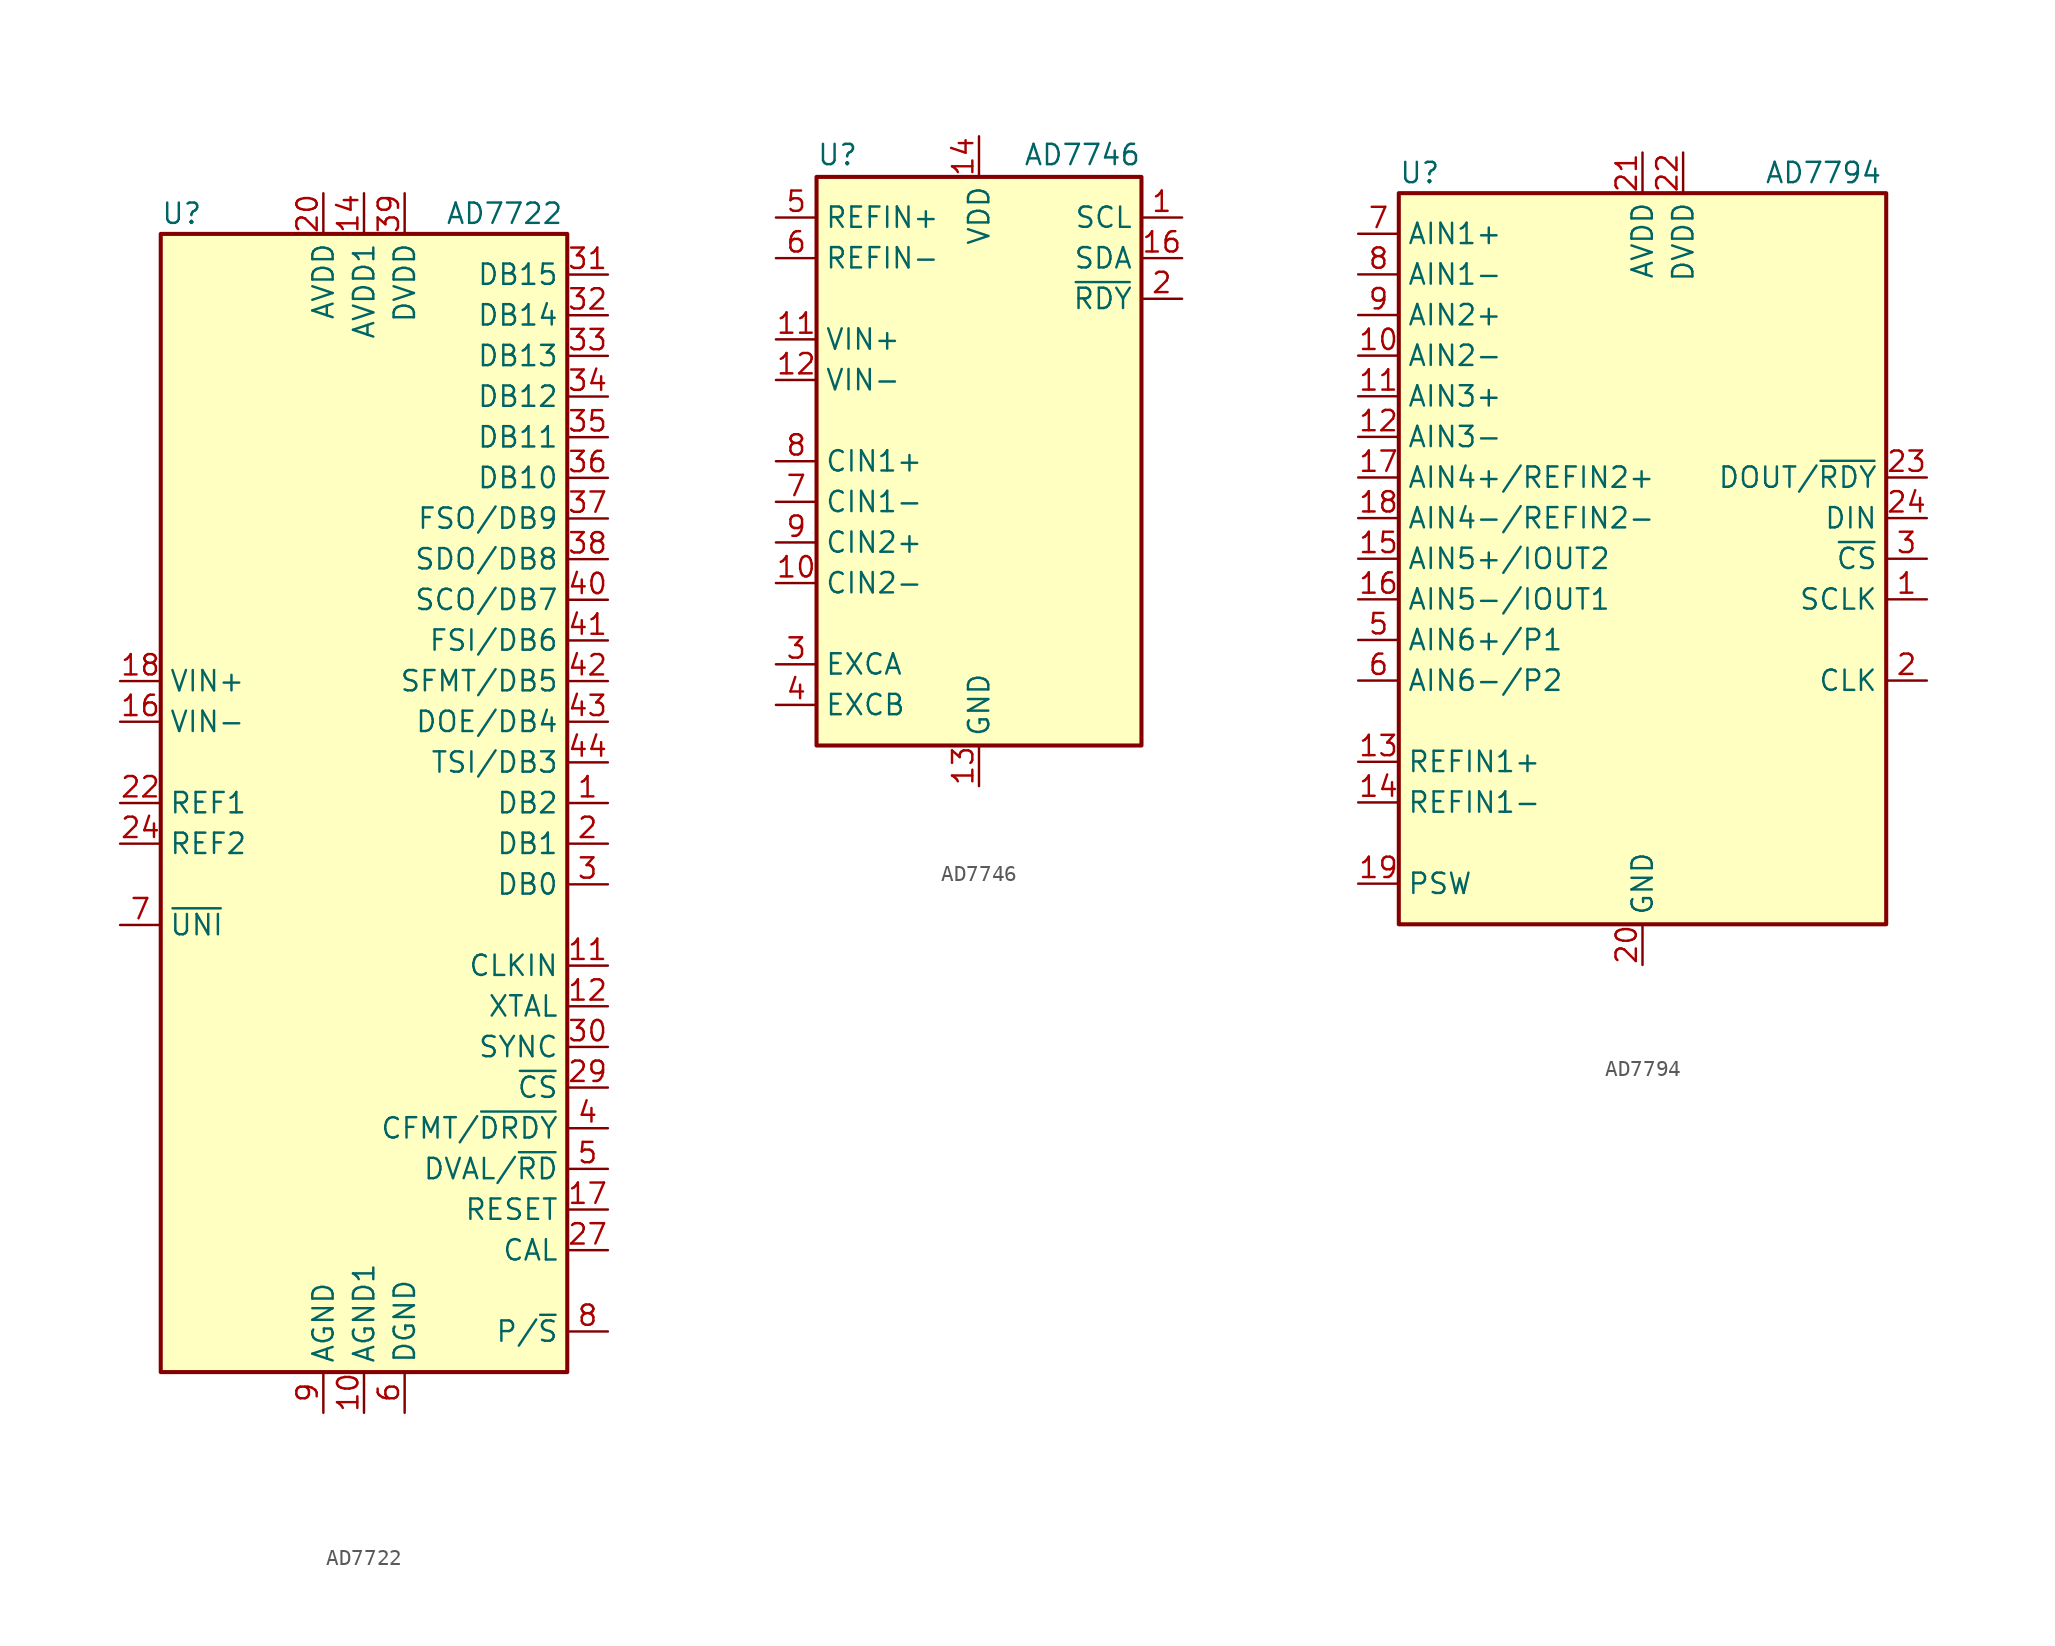
<source format=kicad_sym>
(kicad_symbol_lib
  (version 20220914)
  (generator kicad_symbol_editor)
  (symbol "AD7722"
    (property "Reference" "U"
      (at -12.7 36.83 0)
      (effects (font (size 1.27 1.27)) (justify left)))
    (property "Value" "AD7722"
      (at 5.08 36.83 0)
      (effects (font (size 1.27 1.27)) (justify left)))
    (symbol "AD7722_0_1"
      (rectangle (start -12.7 35.56) (end 12.7 -35.56) (stroke (width 0.254) (type default)) (fill (type background))))
    (symbol "AD7722_1_1"
      (pin input line (at 15.24 0 180) (length 2.54) (name "DB2" (effects (font (size 1.27 1.27)))) (number "1" (effects (font (size 1.27 1.27)))))
      (pin power_in line (at 0 -38.1 90) (length 2.54) (name "AGND1" (effects (font (size 1.27 1.27)))) (number "10" (effects (font (size 1.27 1.27)))))
      (pin input line (at 15.24 -10.16 180) (length 2.54) (name "CLKIN" (effects (font (size 1.27 1.27)))) (number "11" (effects (font (size 1.27 1.27)))))
      (pin output line (at 15.24 -12.7 180) (length 2.54) (name "XTAL" (effects (font (size 1.27 1.27)))) (number "12" (effects (font (size 1.27 1.27)))))
      (pin passive line (at -2.54 -38.1 90) (length 2.54) hide (name "AGND" (effects (font (size 1.27 1.27)))) (number "13" (effects (font (size 1.27 1.27)))))
      (pin power_in line (at 0 38.1 270) (length 2.54) (name "AVDD1" (effects (font (size 1.27 1.27)))) (number "14" (effects (font (size 1.27 1.27)))))
      (pin passive line (at -2.54 -38.1 90) (length 2.54) hide (name "AGND" (effects (font (size 1.27 1.27)))) (number "15" (effects (font (size 1.27 1.27)))))
      (pin input line (at -15.24 5.08 0) (length 2.54) (name "VIN-" (effects (font (size 1.27 1.27)))) (number "16" (effects (font (size 1.27 1.27)))))
      (pin input line (at 15.24 -25.4 180) (length 2.54) (name "RESET" (effects (font (size 1.27 1.27)))) (number "17" (effects (font (size 1.27 1.27)))))
      (pin input line (at -15.24 7.62 0) (length 2.54) (name "VIN+" (effects (font (size 1.27 1.27)))) (number "18" (effects (font (size 1.27 1.27)))))
      (pin passive line (at -2.54 -38.1 90) (length 2.54) hide (name "AGND" (effects (font (size 1.27 1.27)))) (number "19" (effects (font (size 1.27 1.27)))))
      (pin input line (at 15.24 -2.54 180) (length 2.54) (name "DB1" (effects (font (size 1.27 1.27)))) (number "2" (effects (font (size 1.27 1.27)))))
      (pin power_in line (at -2.54 38.1 270) (length 2.54) (name "AVDD" (effects (font (size 1.27 1.27)))) (number "20" (effects (font (size 1.27 1.27)))))
      (pin passive line (at -2.54 -38.1 90) (length 2.54) hide (name "AGND" (effects (font (size 1.27 1.27)))) (number "21" (effects (font (size 1.27 1.27)))))
      (pin power_out line (at -15.24 0 0) (length 2.54) (name "REF1" (effects (font (size 1.27 1.27)))) (number "22" (effects (font (size 1.27 1.27)))))
      (pin passive line (at -2.54 38.1 270) (length 2.54) hide (name "AVDD" (effects (font (size 1.27 1.27)))) (number "23" (effects (font (size 1.27 1.27)))))
      (pin power_out line (at -15.24 -2.54 0) (length 2.54) (name "REF2" (effects (font (size 1.27 1.27)))) (number "24" (effects (font (size 1.27 1.27)))))
      (pin passive line (at -2.54 -38.1 90) (length 2.54) hide (name "AGND" (effects (font (size 1.27 1.27)))) (number "25" (effects (font (size 1.27 1.27)))))
      (pin passive line (at -2.54 -38.1 90) (length 2.54) hide (name "AGND" (effects (font (size 1.27 1.27)))) (number "26" (effects (font (size 1.27 1.27)))))
      (pin input line (at 15.24 -27.94 180) (length 2.54) (name "CAL" (effects (font (size 1.27 1.27)))) (number "27" (effects (font (size 1.27 1.27)))))
      (pin passive line (at 2.54 -38.1 90) (length 2.54) hide (name "DGND" (effects (font (size 1.27 1.27)))) (number "28" (effects (font (size 1.27 1.27)))))
      (pin input line (at 15.24 -17.78 180) (length 2.54) (name "~{CS}" (effects (font (size 1.27 1.27)))) (number "29" (effects (font (size 1.27 1.27)))))
      (pin input line (at 15.24 -5.08 180) (length 2.54) (name "DB0" (effects (font (size 1.27 1.27)))) (number "3" (effects (font (size 1.27 1.27)))))
      (pin input line (at 15.24 -15.24 180) (length 2.54) (name "SYNC" (effects (font (size 1.27 1.27)))) (number "30" (effects (font (size 1.27 1.27)))))
      (pin output line (at 15.24 33.02 180) (length 2.54) (name "DB15" (effects (font (size 1.27 1.27)))) (number "31" (effects (font (size 1.27 1.27)))))
      (pin output line (at 15.24 30.48 180) (length 2.54) (name "DB14" (effects (font (size 1.27 1.27)))) (number "32" (effects (font (size 1.27 1.27)))))
      (pin output line (at 15.24 27.94 180) (length 2.54) (name "DB13" (effects (font (size 1.27 1.27)))) (number "33" (effects (font (size 1.27 1.27)))))
      (pin output line (at 15.24 25.4 180) (length 2.54) (name "DB12" (effects (font (size 1.27 1.27)))) (number "34" (effects (font (size 1.27 1.27)))))
      (pin output line (at 15.24 22.86 180) (length 2.54) (name "DB11" (effects (font (size 1.27 1.27)))) (number "35" (effects (font (size 1.27 1.27)))))
      (pin output line (at 15.24 20.32 180) (length 2.54) (name "DB10" (effects (font (size 1.27 1.27)))) (number "36" (effects (font (size 1.27 1.27)))))
      (pin output line (at 15.24 17.78 180) (length 2.54) (name "FSO/DB9" (effects (font (size 1.27 1.27)))) (number "37" (effects (font (size 1.27 1.27)))))
      (pin output line (at 15.24 15.24 180) (length 2.54) (name "SDO/DB8" (effects (font (size 1.27 1.27)))) (number "38" (effects (font (size 1.27 1.27)))))
      (pin power_in line (at 2.54 38.1 270) (length 2.54) (name "DVDD" (effects (font (size 1.27 1.27)))) (number "39" (effects (font (size 1.27 1.27)))))
      (pin input line (at 15.24 -20.32 180) (length 2.54) (name "CFMT/~{DRDY}" (effects (font (size 1.27 1.27)))) (number "4" (effects (font (size 1.27 1.27)))))
      (pin input line (at 15.24 12.7 180) (length 2.54) (name "SCO/DB7" (effects (font (size 1.27 1.27)))) (number "40" (effects (font (size 1.27 1.27)))))
      (pin input line (at 15.24 10.16 180) (length 2.54) (name "FSI/DB6" (effects (font (size 1.27 1.27)))) (number "41" (effects (font (size 1.27 1.27)))))
      (pin input line (at 15.24 7.62 180) (length 2.54) (name "SFMT/DB5" (effects (font (size 1.27 1.27)))) (number "42" (effects (font (size 1.27 1.27)))))
      (pin input line (at 15.24 5.08 180) (length 2.54) (name "DOE/DB4" (effects (font (size 1.27 1.27)))) (number "43" (effects (font (size 1.27 1.27)))))
      (pin input line (at 15.24 2.54 180) (length 2.54) (name "TSI/DB3" (effects (font (size 1.27 1.27)))) (number "44" (effects (font (size 1.27 1.27)))))
      (pin input line (at 15.24 -22.86 180) (length 2.54) (name "DVAL/~{RD}" (effects (font (size 1.27 1.27)))) (number "5" (effects (font (size 1.27 1.27)))))
      (pin power_in line (at 2.54 -38.1 90) (length 2.54) (name "DGND" (effects (font (size 1.27 1.27)))) (number "6" (effects (font (size 1.27 1.27)))))
      (pin input line (at -15.24 -7.62 0) (length 2.54) (name "~{UNI}" (effects (font (size 1.27 1.27)))) (number "7" (effects (font (size 1.27 1.27)))))
      (pin input line (at 15.24 -33.02 180) (length 2.54) (name "P/~{S}" (effects (font (size 1.27 1.27)))) (number "8" (effects (font (size 1.27 1.27)))))
      (pin power_in line (at -2.54 -38.1 90) (length 2.54) (name "AGND" (effects (font (size 1.27 1.27)))) (number "9" (effects (font (size 1.27 1.27)))))))
  (symbol "AD7746"
    (property "Reference" "U"
      (at -10.16 18.415 0)
      (effects (font (size 1.27 1.27)) (justify left bottom)))
    (property "Value" "AD7746"
      (at 10.16 18.415 0)
      (effects (font (size 1.27 1.27)) (justify right bottom)))
    (symbol "AD7746_0_1"
      (rectangle (start -10.16 -17.78) (end 10.16 17.78) (stroke (width 0.254) (type default)) (fill (type background))))
    (symbol "AD7746_1_1"
      (pin input line (at 12.7 15.24 180) (length 2.54) (name "SCL" (effects (font (size 1.27 1.27)))) (number "1" (effects (font (size 1.27 1.27)))))
      (pin passive line (at -12.7 -7.62 0) (length 2.54) (name "CIN2-" (effects (font (size 1.27 1.27)))) (number "10" (effects (font (size 1.27 1.27)))))
      (pin input line (at -12.7 7.62 0) (length 2.54) (name "VIN+" (effects (font (size 1.27 1.27)))) (number "11" (effects (font (size 1.27 1.27)))))
      (pin input line (at -12.7 5.08 0) (length 2.54) (name "VIN-" (effects (font (size 1.27 1.27)))) (number "12" (effects (font (size 1.27 1.27)))))
      (pin power_in line (at 0 -20.32 90) (length 2.54) (name "GND" (effects (font (size 1.27 1.27)))) (number "13" (effects (font (size 1.27 1.27)))))
      (pin power_in line (at 0 20.32 270) (length 2.54) (name "VDD" (effects (font (size 1.27 1.27)))) (number "14" (effects (font (size 1.27 1.27)))))
      (pin no_connect line (at 10.16 -15.24 180) (length 2.54) hide (name "NC" (effects (font (size 1.27 1.27)))) (number "15" (effects (font (size 1.27 1.27)))))
      (pin bidirectional line (at 12.7 12.7 180) (length 2.54) (name "SDA" (effects (font (size 1.27 1.27)))) (number "16" (effects (font (size 1.27 1.27)))))
      (pin output line (at 12.7 10.16 180) (length 2.54) (name "~{RDY}" (effects (font (size 1.27 1.27)))) (number "2" (effects (font (size 1.27 1.27)))))
      (pin output line (at -12.7 -12.7 0) (length 2.54) (name "EXCA" (effects (font (size 1.27 1.27)))) (number "3" (effects (font (size 1.27 1.27)))))
      (pin output line (at -12.7 -15.24 0) (length 2.54) (name "EXCB" (effects (font (size 1.27 1.27)))) (number "4" (effects (font (size 1.27 1.27)))))
      (pin input line (at -12.7 15.24 0) (length 2.54) (name "REFIN+" (effects (font (size 1.27 1.27)))) (number "5" (effects (font (size 1.27 1.27)))))
      (pin input line (at -12.7 12.7 0) (length 2.54) (name "REFIN-" (effects (font (size 1.27 1.27)))) (number "6" (effects (font (size 1.27 1.27)))))
      (pin passive line (at -12.7 -2.54 0) (length 2.54) (name "CIN1-" (effects (font (size 1.27 1.27)))) (number "7" (effects (font (size 1.27 1.27)))))
      (pin passive line (at -12.7 0 0) (length 2.54) (name "CIN1+" (effects (font (size 1.27 1.27)))) (number "8" (effects (font (size 1.27 1.27)))))
      (pin passive line (at -12.7 -5.08 0) (length 2.54) (name "CIN2+" (effects (font (size 1.27 1.27)))) (number "9" (effects (font (size 1.27 1.27)))))))
  (symbol "AD7794"
    (property "Reference" "U"
      (at -15.24 24.13 0)
      (effects (font (size 1.27 1.27)) (justify left)))
    (property "Value" "AD7794"
      (at 7.62 24.13 0)
      (effects (font (size 1.27 1.27)) (justify left)))
    (symbol "AD7794_0_1"
      (rectangle (start -15.24 22.86) (end 15.24 -22.86) (stroke (width 0.254) (type default)) (fill (type background))))
    (symbol "AD7794_1_1"
      (pin input line (at 17.78 -2.54 180) (length 2.54) (name "SCLK" (effects (font (size 1.27 1.27)))) (number "1" (effects (font (size 1.27 1.27)))))
      (pin input line (at -17.78 12.7 0) (length 2.54) (name "AIN2-" (effects (font (size 1.27 1.27)))) (number "10" (effects (font (size 1.27 1.27)))))
      (pin input line (at -17.78 10.16 0) (length 2.54) (name "AIN3+" (effects (font (size 1.27 1.27)))) (number "11" (effects (font (size 1.27 1.27)))))
      (pin input line (at -17.78 7.62 0) (length 2.54) (name "AIN3-" (effects (font (size 1.27 1.27)))) (number "12" (effects (font (size 1.27 1.27)))))
      (pin input line (at -17.78 -12.7 0) (length 2.54) (name "REFIN1+" (effects (font (size 1.27 1.27)))) (number "13" (effects (font (size 1.27 1.27)))))
      (pin input line (at -17.78 -15.24 0) (length 2.54) (name "REFIN1-" (effects (font (size 1.27 1.27)))) (number "14" (effects (font (size 1.27 1.27)))))
      (pin input line (at -17.78 0 0) (length 2.54) (name "AIN5+/IOUT2" (effects (font (size 1.27 1.27)))) (number "15" (effects (font (size 1.27 1.27)))))
      (pin input line (at -17.78 -2.54 0) (length 2.54) (name "AIN5-/IOUT1" (effects (font (size 1.27 1.27)))) (number "16" (effects (font (size 1.27 1.27)))))
      (pin input line (at -17.78 5.08 0) (length 2.54) (name "AIN4+/REFIN2+" (effects (font (size 1.27 1.27)))) (number "17" (effects (font (size 1.27 1.27)))))
      (pin input line (at -17.78 2.54 0) (length 2.54) (name "AIN4-/REFIN2-" (effects (font (size 1.27 1.27)))) (number "18" (effects (font (size 1.27 1.27)))))
      (pin passive line (at -17.78 -20.32 0) (length 2.54) (name "PSW" (effects (font (size 1.27 1.27)))) (number "19" (effects (font (size 1.27 1.27)))))
      (pin bidirectional line (at 17.78 -7.62 180) (length 2.54) (name "CLK" (effects (font (size 1.27 1.27)))) (number "2" (effects (font (size 1.27 1.27)))))
      (pin power_in line (at 0 -25.4 90) (length 2.54) (name "GND" (effects (font (size 1.27 1.27)))) (number "20" (effects (font (size 1.27 1.27)))))
      (pin power_in line (at 0 25.4 270) (length 2.54) (name "AVDD" (effects (font (size 1.27 1.27)))) (number "21" (effects (font (size 1.27 1.27)))))
      (pin power_in line (at 2.54 25.4 270) (length 2.54) (name "DVDD" (effects (font (size 1.27 1.27)))) (number "22" (effects (font (size 1.27 1.27)))))
      (pin output line (at 17.78 5.08 180) (length 2.54) (name "DOUT/~{RDY}" (effects (font (size 1.27 1.27)))) (number "23" (effects (font (size 1.27 1.27)))))
      (pin input line (at 17.78 2.54 180) (length 2.54) (name "DIN" (effects (font (size 1.27 1.27)))) (number "24" (effects (font (size 1.27 1.27)))))
      (pin input line (at 17.78 0 180) (length 2.54) (name "~{CS}" (effects (font (size 1.27 1.27)))) (number "3" (effects (font (size 1.27 1.27)))))
      (pin no_connect line (at 15.24 -20.32 180) (length 2.54) hide (name "NC" (effects (font (size 1.27 1.27)))) (number "4" (effects (font (size 1.27 1.27)))))
      (pin input line (at -17.78 -5.08 0) (length 2.54) (name "AIN6+/P1" (effects (font (size 1.27 1.27)))) (number "5" (effects (font (size 1.27 1.27)))))
      (pin input line (at -17.78 -7.62 0) (length 2.54) (name "AIN6-/P2" (effects (font (size 1.27 1.27)))) (number "6" (effects (font (size 1.27 1.27)))))
      (pin input line (at -17.78 20.32 0) (length 2.54) (name "AIN1+" (effects (font (size 1.27 1.27)))) (number "7" (effects (font (size 1.27 1.27)))))
      (pin input line (at -17.78 17.78 0) (length 2.54) (name "AIN1-" (effects (font (size 1.27 1.27)))) (number "8" (effects (font (size 1.27 1.27)))))
      (pin input line (at -17.78 15.24 0) (length 2.54) (name "AIN2+" (effects (font (size 1.27 1.27)))) (number "9" (effects (font (size 1.27 1.27))))))))
</source>
